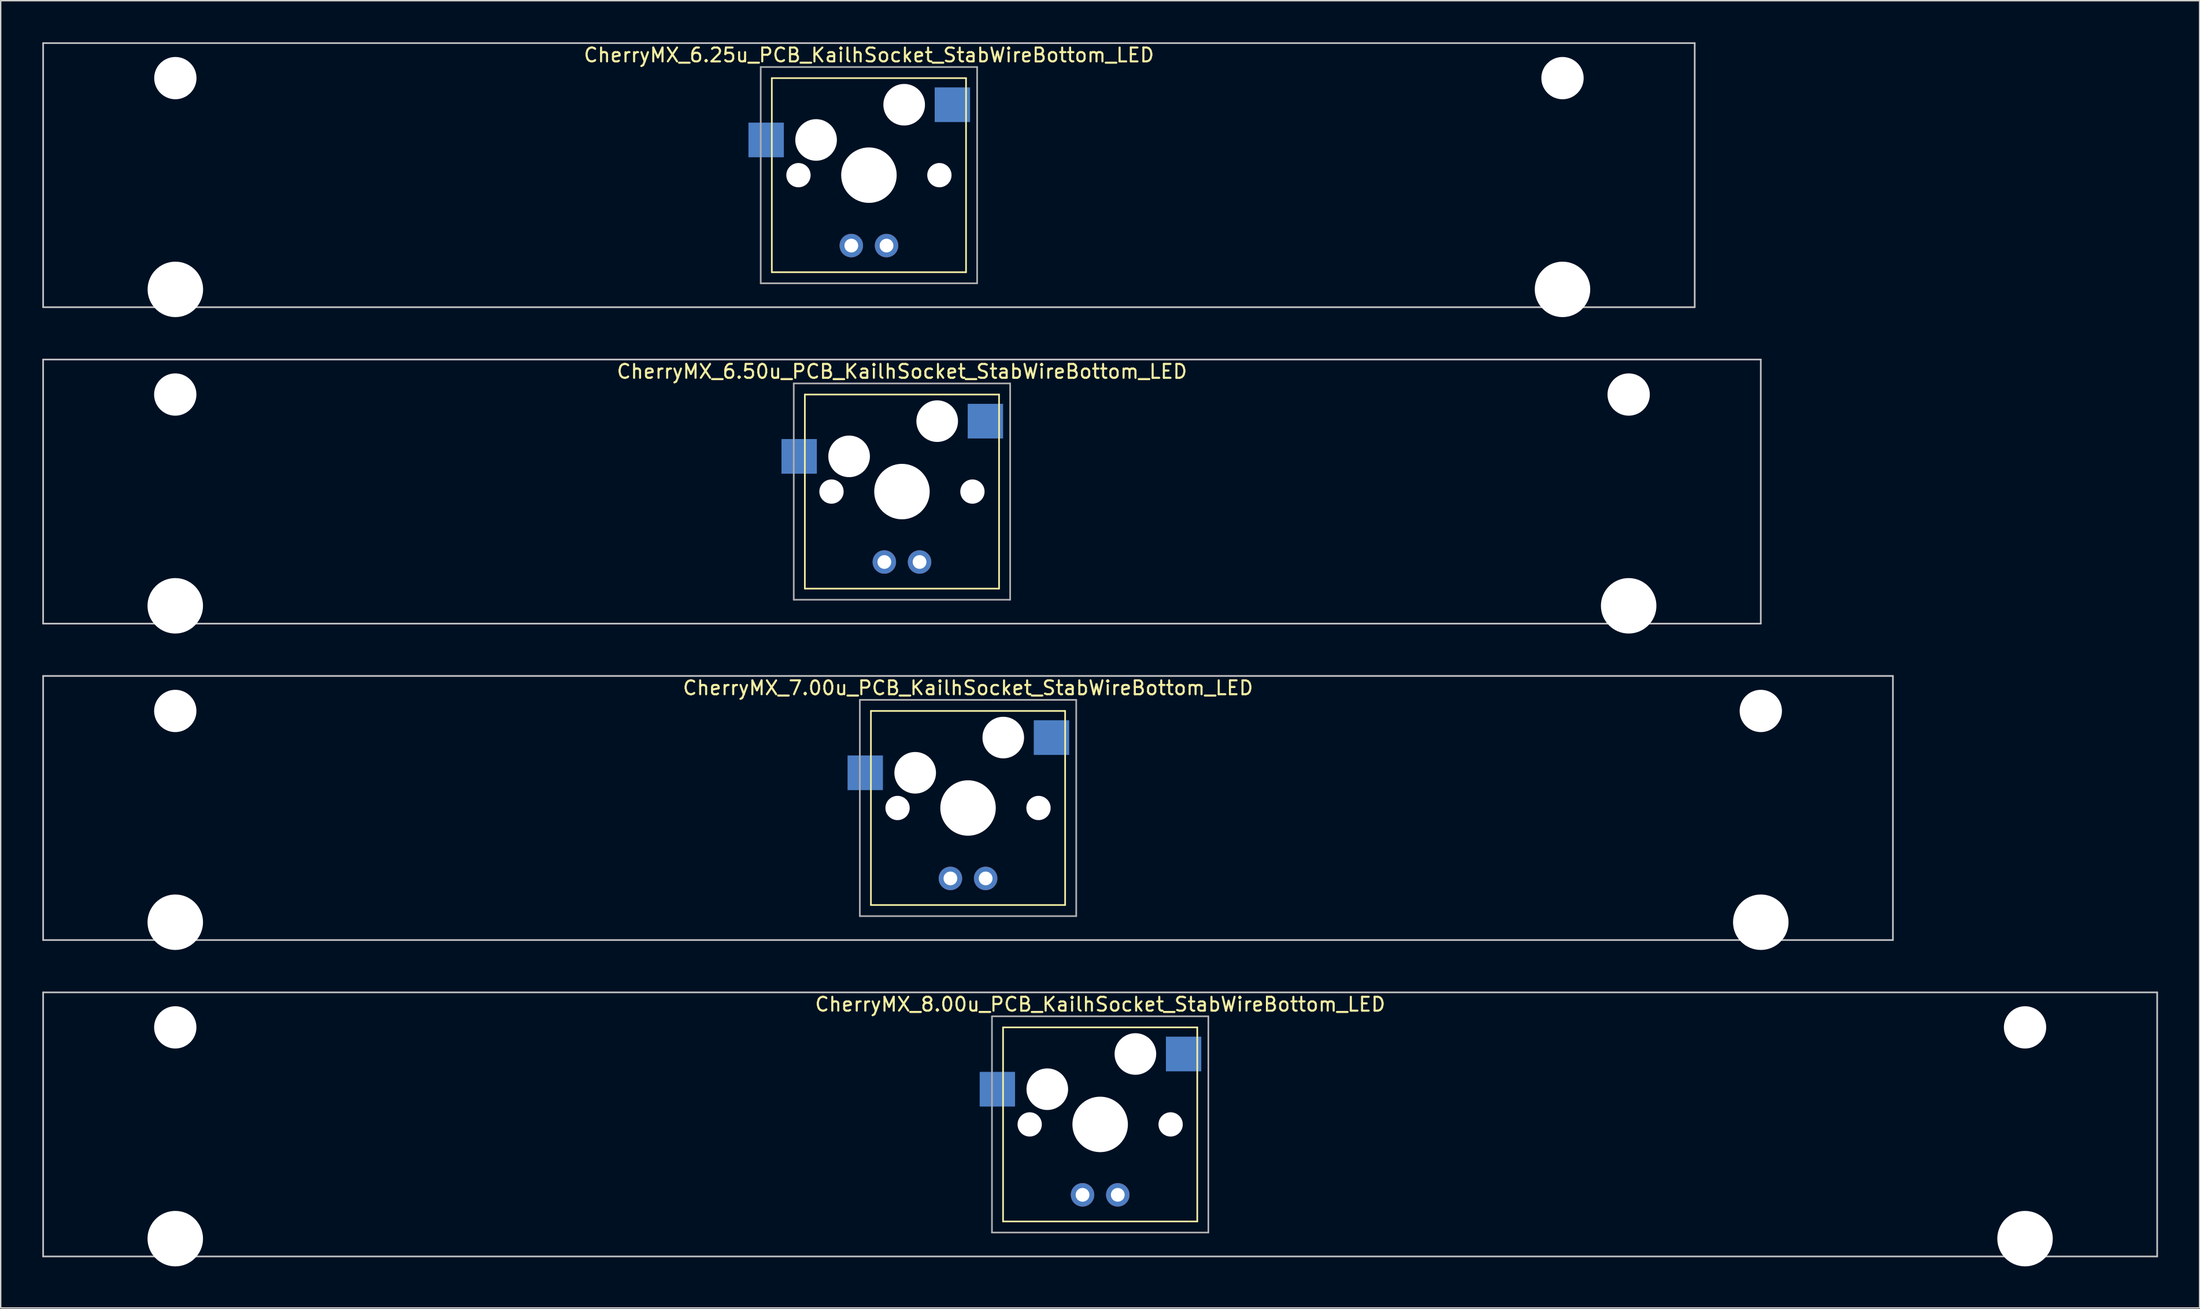
<source format=kicad_pcb>
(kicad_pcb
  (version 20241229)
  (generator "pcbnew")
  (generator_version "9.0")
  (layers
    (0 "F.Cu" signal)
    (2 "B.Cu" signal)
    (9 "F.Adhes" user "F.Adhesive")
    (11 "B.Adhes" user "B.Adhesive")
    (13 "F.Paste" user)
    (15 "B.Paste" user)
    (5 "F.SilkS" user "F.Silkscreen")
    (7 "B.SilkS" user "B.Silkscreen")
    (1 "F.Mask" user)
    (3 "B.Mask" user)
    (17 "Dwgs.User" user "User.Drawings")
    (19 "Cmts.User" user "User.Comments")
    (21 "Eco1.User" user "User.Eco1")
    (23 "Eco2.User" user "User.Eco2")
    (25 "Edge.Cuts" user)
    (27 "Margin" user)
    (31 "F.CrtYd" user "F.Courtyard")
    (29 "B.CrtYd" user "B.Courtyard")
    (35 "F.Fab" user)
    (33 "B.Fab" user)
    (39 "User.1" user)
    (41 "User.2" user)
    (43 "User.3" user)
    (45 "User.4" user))
  (footprint "CherryMX_7.00u_PCB_KailhSocket_StabWireBottom_LED"
    (layer "F.Cu")
    (at 66.735 55.235)
    (property "Reference" "CherryMX_7.00u_PCB_KailhSocket_StabWireBottom_LED" (at 0 -8.662 0) (layer "F.SilkS") (effects (font (size 1 1) (thickness 0.15))))
    (attr through_hole)
    (fp_line (start -7 -7) (end -7 7) (stroke (width 0.12) (type solid)) (layer "F.SilkS"))
    (fp_line (start -7 -7) (end 7 -7) (stroke (width 0.12) (type solid)) (layer "F.SilkS"))
    (fp_line (start 7 -7) (end 7 7) (stroke (width 0.12) (type solid)) (layer "F.SilkS"))
    (fp_line (start 7 7) (end -7 7) (stroke (width 0.12) (type solid)) (layer "F.SilkS"))
    (fp_line (start -66.675 -9.525) (end 66.675 -9.525) (stroke (width 0.12) (type solid)) (layer "Dwgs.User"))
    (fp_line (start -66.675 9.525) (end -66.675 -9.525) (stroke (width 0.12) (type solid)) (layer "Dwgs.User"))
    (fp_line (start 66.675 -9.525) (end 66.675 9.525) (stroke (width 0.12) (type solid)) (layer "Dwgs.User"))
    (fp_line (start 66.675 9.525) (end -66.675 9.525) (stroke (width 0.12) (type solid)) (layer "Dwgs.User"))
    (fp_line (start -7.8 -7.8) (end -7.8 7.8) (stroke (width 0.12) (type solid)) (layer "F.Fab"))
    (fp_line (start -7.8 -7.8) (end 7.8 -7.8) (stroke (width 0.12) (type solid)) (layer "F.Fab"))
    (fp_line (start -7.8 7.8) (end 7.8 7.8) (stroke (width 0.12) (type solid)) (layer "F.Fab"))
    (fp_line (start 7.8 -7.8) (end 7.8 7.8) (stroke (width 0.12) (type solid)) (layer "F.Fab"))
    (pad "" np_thru_hole circle (at -57.15 -7) (size 3.05 3.05) (drill 3.05) (layers "*.Cu" "*.Mask"))
    (pad "" np_thru_hole circle (at -57.15 8.24) (size 4 4) (drill 4) (layers "*.Cu" "*.Mask"))
    (pad "" np_thru_hole circle (at -5.08 0) (size 1.75 1.75) (drill 1.75) (layers "*.Cu" "*.Mask"))
    (pad "" np_thru_hole circle (at -3.81 -2.54) (size 3 3) (drill 3) (layers "*.Cu" "*.Mask"))
    (pad "" np_thru_hole circle (at 0 0) (size 4 4) (drill 4) (layers "*.Cu" "*.Mask"))
    (pad "" np_thru_hole circle (at 2.54 -5.08) (size 3 3) (drill 3) (layers "*.Cu" "*.Mask"))
    (pad "" np_thru_hole circle (at 5.08 0) (size 1.75 1.75) (drill 1.75) (layers "*.Cu" "*.Mask"))
    (pad "" np_thru_hole circle (at 57.15 -7) (size 3.05 3.05) (drill 3.05) (layers "*.Cu" "*.Mask"))
    (pad "" np_thru_hole circle (at 57.15 8.24) (size 4 4) (drill 4) (layers "*.Cu" "*.Mask"))
    (pad "1" smd rect (at -7.41 -2.54) (size 2.55 2.5) (layers "B.Cu" "B.Mask" "B.Paste"))
    (pad "2" smd rect (at 6.015 -5.08) (size 2.55 2.5) (layers "B.Cu" "B.Mask" "B.Paste"))
    (pad "3" thru_hole circle (at -1.27 5.08) (size 1.691 1.691) (drill 0.991) (layers "*.Cu" "*.Mask"))
    (pad "4" thru_hole circle (at 1.27 5.08) (size 1.691 1.691) (drill 0.991) (layers "*.Cu" "*.Mask")))
  (footprint "CherryMX_6.50u_PCB_KailhSocket_StabWireBottom_LED"
    (layer "F.Cu")
    (at 61.972 32.41)
    (property "Reference" "CherryMX_6.50u_PCB_KailhSocket_StabWireBottom_LED" (at 0 -8.662 0) (layer "F.SilkS") (effects (font (size 1 1) (thickness 0.15))))
    (attr through_hole)
    (fp_line (start -7 -7) (end -7 7) (stroke (width 0.12) (type solid)) (layer "F.SilkS"))
    (fp_line (start -7 -7) (end 7 -7) (stroke (width 0.12) (type solid)) (layer "F.SilkS"))
    (fp_line (start 7 -7) (end 7 7) (stroke (width 0.12) (type solid)) (layer "F.SilkS"))
    (fp_line (start 7 7) (end -7 7) (stroke (width 0.12) (type solid)) (layer "F.SilkS"))
    (fp_line (start -61.913 -9.525) (end 61.913 -9.525) (stroke (width 0.12) (type solid)) (layer "Dwgs.User"))
    (fp_line (start -61.913 9.525) (end -61.913 -9.525) (stroke (width 0.12) (type solid)) (layer "Dwgs.User"))
    (fp_line (start 61.913 -9.525) (end 61.913 9.525) (stroke (width 0.12) (type solid)) (layer "Dwgs.User"))
    (fp_line (start 61.913 9.525) (end -61.913 9.525) (stroke (width 0.12) (type solid)) (layer "Dwgs.User"))
    (fp_line (start -7.8 -7.8) (end -7.8 7.8) (stroke (width 0.12) (type solid)) (layer "F.Fab"))
    (fp_line (start -7.8 -7.8) (end 7.8 -7.8) (stroke (width 0.12) (type solid)) (layer "F.Fab"))
    (fp_line (start -7.8 7.8) (end 7.8 7.8) (stroke (width 0.12) (type solid)) (layer "F.Fab"))
    (fp_line (start 7.8 -7.8) (end 7.8 7.8) (stroke (width 0.12) (type solid)) (layer "F.Fab"))
    (pad "" np_thru_hole circle (at -52.388 -7) (size 3.05 3.05) (drill 3.05) (layers "*.Cu" "*.Mask"))
    (pad "" np_thru_hole circle (at -52.388 8.24) (size 4 4) (drill 4) (layers "*.Cu" "*.Mask"))
    (pad "" np_thru_hole circle (at -5.08 0) (size 1.75 1.75) (drill 1.75) (layers "*.Cu" "*.Mask"))
    (pad "" np_thru_hole circle (at -3.81 -2.54) (size 3 3) (drill 3) (layers "*.Cu" "*.Mask"))
    (pad "" np_thru_hole circle (at 0 0) (size 4 4) (drill 4) (layers "*.Cu" "*.Mask"))
    (pad "" np_thru_hole circle (at 2.54 -5.08) (size 3 3) (drill 3) (layers "*.Cu" "*.Mask"))
    (pad "" np_thru_hole circle (at 5.08 0) (size 1.75 1.75) (drill 1.75) (layers "*.Cu" "*.Mask"))
    (pad "" np_thru_hole circle (at 52.388 -7) (size 3.05 3.05) (drill 3.05) (layers "*.Cu" "*.Mask"))
    (pad "" np_thru_hole circle (at 52.388 8.24) (size 4 4) (drill 4) (layers "*.Cu" "*.Mask"))
    (pad "1" smd rect (at -7.41 -2.54) (size 2.55 2.5) (layers "B.Cu" "B.Mask" "B.Paste"))
    (pad "2" smd rect (at 6.015 -5.08) (size 2.55 2.5) (layers "B.Cu" "B.Mask" "B.Paste"))
    (pad "3" thru_hole circle (at -1.27 5.08) (size 1.691 1.691) (drill 0.991) (layers "*.Cu" "*.Mask"))
    (pad "4" thru_hole circle (at 1.27 5.08) (size 1.691 1.691) (drill 0.991) (layers "*.Cu" "*.Mask")))
  (footprint "CherryMX_6.25u_PCB_KailhSocket_StabWireBottom_LED"
    (layer "F.Cu")
    (at 59.591 9.585)
    (property "Reference" "CherryMX_6.25u_PCB_KailhSocket_StabWireBottom_LED" (at 0 -8.662 0) (layer "F.SilkS") (effects (font (size 1 1) (thickness 0.15))))
    (attr through_hole)
    (fp_line (start -7 -7) (end -7 7) (stroke (width 0.12) (type solid)) (layer "F.SilkS"))
    (fp_line (start -7 -7) (end 7 -7) (stroke (width 0.12) (type solid)) (layer "F.SilkS"))
    (fp_line (start 7 -7) (end 7 7) (stroke (width 0.12) (type solid)) (layer "F.SilkS"))
    (fp_line (start 7 7) (end -7 7) (stroke (width 0.12) (type solid)) (layer "F.SilkS"))
    (fp_line (start -59.531 -9.525) (end 59.531 -9.525) (stroke (width 0.12) (type solid)) (layer "Dwgs.User"))
    (fp_line (start -59.531 9.525) (end -59.531 -9.525) (stroke (width 0.12) (type solid)) (layer "Dwgs.User"))
    (fp_line (start 59.531 -9.525) (end 59.531 9.525) (stroke (width 0.12) (type solid)) (layer "Dwgs.User"))
    (fp_line (start 59.531 9.525) (end -59.531 9.525) (stroke (width 0.12) (type solid)) (layer "Dwgs.User"))
    (fp_line (start -7.8 -7.8) (end -7.8 7.8) (stroke (width 0.12) (type solid)) (layer "F.Fab"))
    (fp_line (start -7.8 -7.8) (end 7.8 -7.8) (stroke (width 0.12) (type solid)) (layer "F.Fab"))
    (fp_line (start -7.8 7.8) (end 7.8 7.8) (stroke (width 0.12) (type solid)) (layer "F.Fab"))
    (fp_line (start 7.8 -7.8) (end 7.8 7.8) (stroke (width 0.12) (type solid)) (layer "F.Fab"))
    (pad "" np_thru_hole circle (at -50 -7) (size 3.05 3.05) (drill 3.05) (layers "*.Cu" "*.Mask"))
    (pad "" np_thru_hole circle (at -50 8.24) (size 4 4) (drill 4) (layers "*.Cu" "*.Mask"))
    (pad "" np_thru_hole circle (at -5.08 0) (size 1.75 1.75) (drill 1.75) (layers "*.Cu" "*.Mask"))
    (pad "" np_thru_hole circle (at -3.81 -2.54) (size 3 3) (drill 3) (layers "*.Cu" "*.Mask"))
    (pad "" np_thru_hole circle (at 0 0) (size 4 4) (drill 4) (layers "*.Cu" "*.Mask"))
    (pad "" np_thru_hole circle (at 2.54 -5.08) (size 3 3) (drill 3) (layers "*.Cu" "*.Mask"))
    (pad "" np_thru_hole circle (at 5.08 0) (size 1.75 1.75) (drill 1.75) (layers "*.Cu" "*.Mask"))
    (pad "" np_thru_hole circle (at 50 -7) (size 3.05 3.05) (drill 3.05) (layers "*.Cu" "*.Mask"))
    (pad "" np_thru_hole circle (at 50 8.24) (size 4 4) (drill 4) (layers "*.Cu" "*.Mask"))
    (pad "1" smd rect (at -7.41 -2.54) (size 2.55 2.5) (layers "B.Cu" "B.Mask" "B.Paste"))
    (pad "2" smd rect (at 6.015 -5.08) (size 2.55 2.5) (layers "B.Cu" "B.Mask" "B.Paste"))
    (pad "3" thru_hole circle (at -1.27 5.08) (size 1.691 1.691) (drill 0.991) (layers "*.Cu" "*.Mask"))
    (pad "4" thru_hole circle (at 1.27 5.08) (size 1.691 1.691) (drill 0.991) (layers "*.Cu" "*.Mask")))
  (footprint "CherryMX_8.00u_PCB_KailhSocket_StabWireBottom_LED"
    (layer "F.Cu")
    (at 76.26 78.06)
    (property "Reference" "CherryMX_8.00u_PCB_KailhSocket_StabWireBottom_LED" (at 0 -8.662 0) (layer "F.SilkS") (effects (font (size 1 1) (thickness 0.15))))
    (attr through_hole)
    (fp_line (start -7 -7) (end -7 7) (stroke (width 0.12) (type solid)) (layer "F.SilkS"))
    (fp_line (start -7 -7) (end 7 -7) (stroke (width 0.12) (type solid)) (layer "F.SilkS"))
    (fp_line (start 7 -7) (end 7 7) (stroke (width 0.12) (type solid)) (layer "F.SilkS"))
    (fp_line (start 7 7) (end -7 7) (stroke (width 0.12) (type solid)) (layer "F.SilkS"))
    (fp_line (start -76.2 -9.525) (end 76.2 -9.525) (stroke (width 0.12) (type solid)) (layer "Dwgs.User"))
    (fp_line (start -76.2 9.525) (end -76.2 -9.525) (stroke (width 0.12) (type solid)) (layer "Dwgs.User"))
    (fp_line (start 76.2 -9.525) (end 76.2 9.525) (stroke (width 0.12) (type solid)) (layer "Dwgs.User"))
    (fp_line (start 76.2 9.525) (end -76.2 9.525) (stroke (width 0.12) (type solid)) (layer "Dwgs.User"))
    (fp_line (start -7.8 -7.8) (end -7.8 7.8) (stroke (width 0.12) (type solid)) (layer "F.Fab"))
    (fp_line (start -7.8 -7.8) (end 7.8 -7.8) (stroke (width 0.12) (type solid)) (layer "F.Fab"))
    (fp_line (start -7.8 7.8) (end 7.8 7.8) (stroke (width 0.12) (type solid)) (layer "F.Fab"))
    (fp_line (start 7.8 -7.8) (end 7.8 7.8) (stroke (width 0.12) (type solid)) (layer "F.Fab"))
    (pad "" np_thru_hole circle (at -66.675 -7) (size 3.05 3.05) (drill 3.05) (layers "*.Cu" "*.Mask"))
    (pad "" np_thru_hole circle (at -66.675 8.24) (size 4 4) (drill 4) (layers "*.Cu" "*.Mask"))
    (pad "" np_thru_hole circle (at -5.08 0) (size 1.75 1.75) (drill 1.75) (layers "*.Cu" "*.Mask"))
    (pad "" np_thru_hole circle (at -3.81 -2.54) (size 3 3) (drill 3) (layers "*.Cu" "*.Mask"))
    (pad "" np_thru_hole circle (at 0 0) (size 4 4) (drill 4) (layers "*.Cu" "*.Mask"))
    (pad "" np_thru_hole circle (at 2.54 -5.08) (size 3 3) (drill 3) (layers "*.Cu" "*.Mask"))
    (pad "" np_thru_hole circle (at 5.08 0) (size 1.75 1.75) (drill 1.75) (layers "*.Cu" "*.Mask"))
    (pad "" np_thru_hole circle (at 66.675 -7) (size 3.05 3.05) (drill 3.05) (layers "*.Cu" "*.Mask"))
    (pad "" np_thru_hole circle (at 66.675 8.24) (size 4 4) (drill 4) (layers "*.Cu" "*.Mask"))
    (pad "1" smd rect (at -7.41 -2.54) (size 2.55 2.5) (layers "B.Cu" "B.Mask" "B.Paste"))
    (pad "2" smd rect (at 6.015 -5.08) (size 2.55 2.5) (layers "B.Cu" "B.Mask" "B.Paste"))
    (pad "3" thru_hole circle (at -1.27 5.08) (size 1.691 1.691) (drill 0.991) (layers "*.Cu" "*.Mask"))
    (pad "4" thru_hole circle (at 1.27 5.08) (size 1.691 1.691) (drill 0.991) (layers "*.Cu" "*.Mask")))
  (gr_rect
    (start -3 -3)
    (end 155.52 91.3)
    (stroke (width 0.1) (type default))
    (fill no)
    (layer "Edge.Cuts")))
</source>
